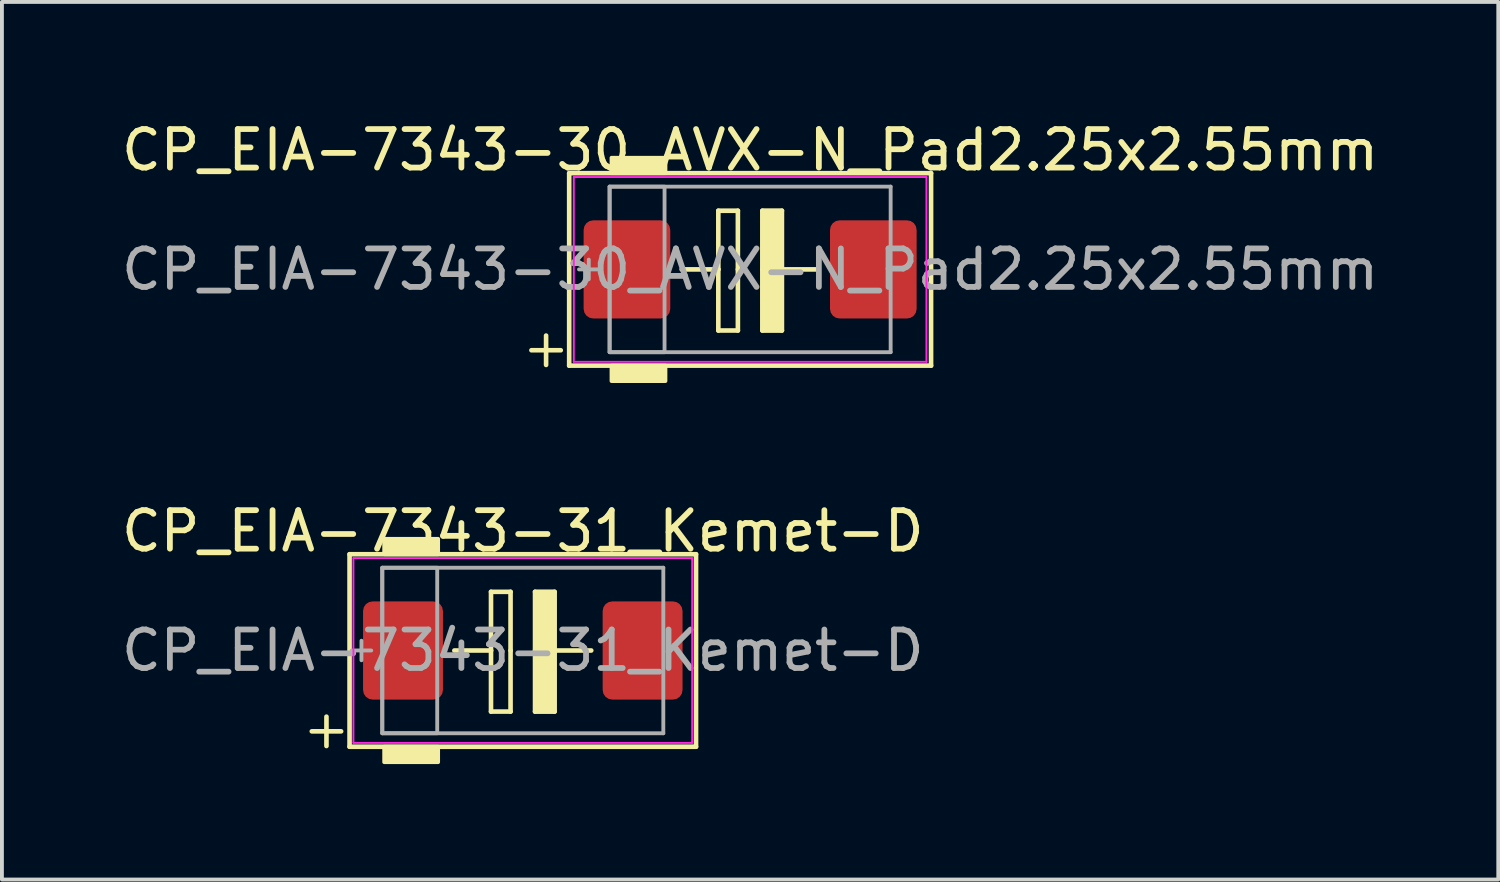
<source format=kicad_pcb>
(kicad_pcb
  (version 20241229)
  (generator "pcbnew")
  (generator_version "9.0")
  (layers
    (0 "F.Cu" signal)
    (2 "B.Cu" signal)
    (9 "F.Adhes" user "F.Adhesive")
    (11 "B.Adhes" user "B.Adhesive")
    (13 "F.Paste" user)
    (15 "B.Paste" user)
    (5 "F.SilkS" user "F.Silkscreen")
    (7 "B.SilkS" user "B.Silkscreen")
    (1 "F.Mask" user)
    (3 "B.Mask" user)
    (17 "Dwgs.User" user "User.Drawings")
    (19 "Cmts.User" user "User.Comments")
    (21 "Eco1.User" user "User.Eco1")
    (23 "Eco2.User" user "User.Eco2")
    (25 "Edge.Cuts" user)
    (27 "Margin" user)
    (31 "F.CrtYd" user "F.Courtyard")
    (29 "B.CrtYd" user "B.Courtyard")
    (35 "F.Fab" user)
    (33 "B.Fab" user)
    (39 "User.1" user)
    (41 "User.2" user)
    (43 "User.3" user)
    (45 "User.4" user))
  (footprint "CP_EIA-7343-31_Kemet-D"
    (layer "F.Cu")
    (at 10.53 13.847)
    (property "Reference" "CP_EIA-7343-31_Kemet-D" (at 0 -3.1 0) (layer "F.SilkS") (effects (font (size 1 1) (thickness 0.15))))
    (attr smd)
    (fp_line (start -5.481 2.1) (end -4.719 2.1) (stroke (width 0.12) (type solid)) (layer "F.SilkS"))
    (fp_line (start -5.1 1.719) (end -5.1 2.481) (stroke (width 0.12) (type solid)) (layer "F.SilkS"))
    (fp_line (start -4.5 -2.5) (end -4.5 2.5) (stroke (width 0.12) (type solid)) (layer "F.SilkS"))
    (fp_line (start -4.5 2.5) (end 4.5 2.5) (stroke (width 0.12) (type solid)) (layer "F.SilkS"))
    (fp_line (start -1.778 0) (end -0.826 0) (stroke (width 0.12) (type solid)) (layer "F.SilkS"))
    (fp_line (start -0.826 -1.524) (end -0.826 0) (stroke (width 0.12) (type solid)) (layer "F.SilkS"))
    (fp_line (start -0.826 1.587) (end -0.826 0) (stroke (width 0.12) (type solid)) (layer "F.SilkS"))
    (fp_line (start -0.826 1.587) (end -0.318 1.587) (stroke (width 0.12) (type solid)) (layer "F.SilkS"))
    (fp_line (start -0.318 -1.524) (end -0.826 -1.524) (stroke (width 0.12) (type solid)) (layer "F.SilkS"))
    (fp_line (start -0.318 -1.524) (end -0.318 0) (stroke (width 0.12) (type solid)) (layer "F.SilkS"))
    (fp_line (start -0.318 1.587) (end -0.318 0) (stroke (width 0.12) (type solid)) (layer "F.SilkS"))
    (fp_line (start 0.318 -1.524) (end 0.318 0) (stroke (width 0.12) (type solid)) (layer "F.SilkS"))
    (fp_line (start 0.318 1.587) (end 0.318 0) (stroke (width 0.12) (type solid)) (layer "F.SilkS"))
    (fp_line (start 0.318 1.587) (end 0.826 1.587) (stroke (width 0.12) (type solid)) (layer "F.SilkS"))
    (fp_line (start 0.826 -1.524) (end 0.318 -1.524) (stroke (width 0.12) (type solid)) (layer "F.SilkS"))
    (fp_line (start 0.826 -1.524) (end 0.826 0) (stroke (width 0.12) (type solid)) (layer "F.SilkS"))
    (fp_line (start 0.826 0) (end 1.778 0) (stroke (width 0.12) (type solid)) (layer "F.SilkS"))
    (fp_line (start 0.826 1.587) (end 0.826 0) (stroke (width 0.12) (type solid)) (layer "F.SilkS"))
    (fp_line (start 4.5 -2.5) (end -4.5 -2.5) (stroke (width 0.12) (type solid)) (layer "F.SilkS"))
    (fp_line (start 4.5 2.5) (end 4.5 -2.5) (stroke (width 0.12) (type solid)) (layer "F.SilkS"))
    (fp_poly (pts (xy -2.2 -2.5) (xy -3.6 -2.5) (xy -3.6 -2.9) (xy -2.2 -2.9)) (stroke (width 0.1) (type solid)) (fill yes) (layer "F.SilkS"))
    (fp_poly (pts (xy -2.2 2.9) (xy -3.6 2.9) (xy -3.6 2.5) (xy -2.2 2.5)) (stroke (width 0.1) (type solid)) (fill yes) (layer "F.SilkS"))
    (fp_poly (pts (xy 0.826 1.587) (xy 0.318 1.587) (xy 0.318 -1.524) (xy 0.826 -1.524)) (stroke (width 0.1) (type solid)) (fill yes) (layer "F.SilkS"))
    (fp_line (start -4.4 -2.4) (end 4.4 -2.4) (stroke (width 0.05) (type solid)) (layer "F.CrtYd"))
    (fp_line (start -4.4 2.4) (end -4.4 -2.4) (stroke (width 0.05) (type solid)) (layer "F.CrtYd"))
    (fp_line (start 4.4 -2.4) (end 4.4 2.4) (stroke (width 0.05) (type solid)) (layer "F.CrtYd"))
    (fp_line (start 4.4 2.4) (end -4.4 2.4) (stroke (width 0.05) (type solid)) (layer "F.CrtYd"))
    (fp_line (start -4.191 -0.254) (end -4.191 0.254) (stroke (width 0.1) (type solid)) (layer "F.Fab"))
    (fp_line (start -3.937 0) (end -4.445 0) (stroke (width 0.1) (type solid)) (layer "F.Fab"))
    (fp_line (start -3.65 -2.15) (end -3.65 2.15) (stroke (width 0.1) (type solid)) (layer "F.Fab"))
    (fp_line (start -3.65 2.15) (end 3.65 2.15) (stroke (width 0.1) (type solid)) (layer "F.Fab"))
    (fp_line (start 3.65 -2.15) (end -3.65 -2.15) (stroke (width 0.1) (type solid)) (layer "F.Fab"))
    (fp_line (start 3.65 2.15) (end 3.65 -2.15) (stroke (width 0.1) (type solid)) (layer "F.Fab"))
    (fp_rect (start -3.65 -2.15) (end -2.223 2.15) (stroke (width 0.1) (type solid)) (fill no) (layer "F.Fab"))
    (fp_text user "${REFERENCE}" (at 0 0 0) (layer "F.Fab") (effects (font (size 1 1) (thickness 0.15))))
    (pad "1" smd roundrect (at -3.112 0) (size 2.075 2.55) (layers "F.Cu" "F.Mask" "F.Paste") (roundrect_rratio 0.12))
    (pad "2" smd roundrect (at 3.112 0) (size 2.075 2.55) (layers "F.Cu" "F.Mask" "F.Paste") (roundrect_rratio 0.12)))
  (footprint "CP_EIA-7343-30_AVX-N_Pad2.25x2.55mm"
    (layer "F.Cu")
    (at 16.435 3.948)
    (property "Reference" "CP_EIA-7343-30_AVX-N_Pad2.25x2.55mm" (at 0 -3.1 0) (layer "F.SilkS") (effects (font (size 1 1) (thickness 0.15))))
    (attr smd)
    (fp_line (start -5.681 2.1) (end -4.919 2.1) (stroke (width 0.12) (type solid)) (layer "F.SilkS"))
    (fp_line (start -5.3 1.719) (end -5.3 2.481) (stroke (width 0.12) (type solid)) (layer "F.SilkS"))
    (fp_line (start -4.7 -2.5) (end -4.7 2.5) (stroke (width 0.12) (type solid)) (layer "F.SilkS"))
    (fp_line (start -4.7 2.5) (end 4.7 2.5) (stroke (width 0.12) (type solid)) (layer "F.SilkS"))
    (fp_line (start -1.778 0) (end -0.826 0) (stroke (width 0.12) (type solid)) (layer "F.SilkS"))
    (fp_line (start -0.826 -1.524) (end -0.826 0) (stroke (width 0.12) (type solid)) (layer "F.SilkS"))
    (fp_line (start -0.826 1.587) (end -0.826 0) (stroke (width 0.12) (type solid)) (layer "F.SilkS"))
    (fp_line (start -0.826 1.587) (end -0.318 1.587) (stroke (width 0.12) (type solid)) (layer "F.SilkS"))
    (fp_line (start -0.318 -1.524) (end -0.826 -1.524) (stroke (width 0.12) (type solid)) (layer "F.SilkS"))
    (fp_line (start -0.318 -1.524) (end -0.318 0) (stroke (width 0.12) (type solid)) (layer "F.SilkS"))
    (fp_line (start -0.318 1.587) (end -0.318 0) (stroke (width 0.12) (type solid)) (layer "F.SilkS"))
    (fp_line (start 0.318 -1.524) (end 0.318 0) (stroke (width 0.12) (type solid)) (layer "F.SilkS"))
    (fp_line (start 0.318 1.587) (end 0.318 0) (stroke (width 0.12) (type solid)) (layer "F.SilkS"))
    (fp_line (start 0.318 1.587) (end 0.826 1.587) (stroke (width 0.12) (type solid)) (layer "F.SilkS"))
    (fp_line (start 0.826 -1.524) (end 0.318 -1.524) (stroke (width 0.12) (type solid)) (layer "F.SilkS"))
    (fp_line (start 0.826 -1.524) (end 0.826 0) (stroke (width 0.12) (type solid)) (layer "F.SilkS"))
    (fp_line (start 0.826 0) (end 1.778 0) (stroke (width 0.12) (type solid)) (layer "F.SilkS"))
    (fp_line (start 0.826 1.587) (end 0.826 0) (stroke (width 0.12) (type solid)) (layer "F.SilkS"))
    (fp_line (start 4.7 -2.5) (end -4.7 -2.5) (stroke (width 0.12) (type solid)) (layer "F.SilkS"))
    (fp_line (start 4.7 2.5) (end 4.7 -2.5) (stroke (width 0.12) (type solid)) (layer "F.SilkS"))
    (fp_poly (pts (xy -2.2 -2.5) (xy -3.6 -2.5) (xy -3.6 -2.9) (xy -2.2 -2.9)) (stroke (width 0.1) (type solid)) (fill yes) (layer "F.SilkS"))
    (fp_poly (pts (xy -2.2 2.9) (xy -3.6 2.9) (xy -3.6 2.5) (xy -2.2 2.5)) (stroke (width 0.1) (type solid)) (fill yes) (layer "F.SilkS"))
    (fp_poly (pts (xy 0.826 1.587) (xy 0.318 1.587) (xy 0.318 -1.524) (xy 0.826 -1.524)) (stroke (width 0.1) (type solid)) (fill yes) (layer "F.SilkS"))
    (fp_line (start -4.58 -2.4) (end 4.58 -2.4) (stroke (width 0.05) (type solid)) (layer "F.CrtYd"))
    (fp_line (start -4.58 2.4) (end -4.58 -2.4) (stroke (width 0.05) (type solid)) (layer "F.CrtYd"))
    (fp_line (start 4.58 -2.4) (end 4.58 2.4) (stroke (width 0.05) (type solid)) (layer "F.CrtYd"))
    (fp_line (start 4.58 2.4) (end -4.58 2.4) (stroke (width 0.05) (type solid)) (layer "F.CrtYd"))
    (fp_line (start -4.191 -0.254) (end -4.191 0.254) (stroke (width 0.1) (type solid)) (layer "F.Fab"))
    (fp_line (start -3.937 0) (end -4.445 0) (stroke (width 0.1) (type solid)) (layer "F.Fab"))
    (fp_line (start -3.65 -2.15) (end -3.65 2.15) (stroke (width 0.1) (type solid)) (layer "F.Fab"))
    (fp_line (start -3.65 2.15) (end 3.65 2.15) (stroke (width 0.1) (type solid)) (layer "F.Fab"))
    (fp_line (start 3.65 -2.15) (end -3.65 -2.15) (stroke (width 0.1) (type solid)) (layer "F.Fab"))
    (fp_line (start 3.65 2.15) (end 3.65 -2.15) (stroke (width 0.1) (type solid)) (layer "F.Fab"))
    (fp_rect (start -3.65 -2.15) (end -2.223 2.15) (stroke (width 0.1) (type solid)) (fill no) (layer "F.Fab"))
    (fp_text user "${REFERENCE}" (at 0 0 0) (layer "F.Fab") (effects (font (size 1 1) (thickness 0.15))))
    (pad "1" smd roundrect (at -3.2 0) (size 2.25 2.55) (layers "F.Cu" "F.Mask" "F.Paste") (roundrect_rratio 0.111))
    (pad "2" smd roundrect (at 3.2 0) (size 2.25 2.55) (layers "F.Cu" "F.Mask" "F.Paste") (roundrect_rratio 0.111)))
  (gr_rect
    (start -3 -3)
    (end 35.869 19.797)
    (stroke (width 0.1) (type default))
    (fill no)
    (layer "Edge.Cuts")))
</source>
